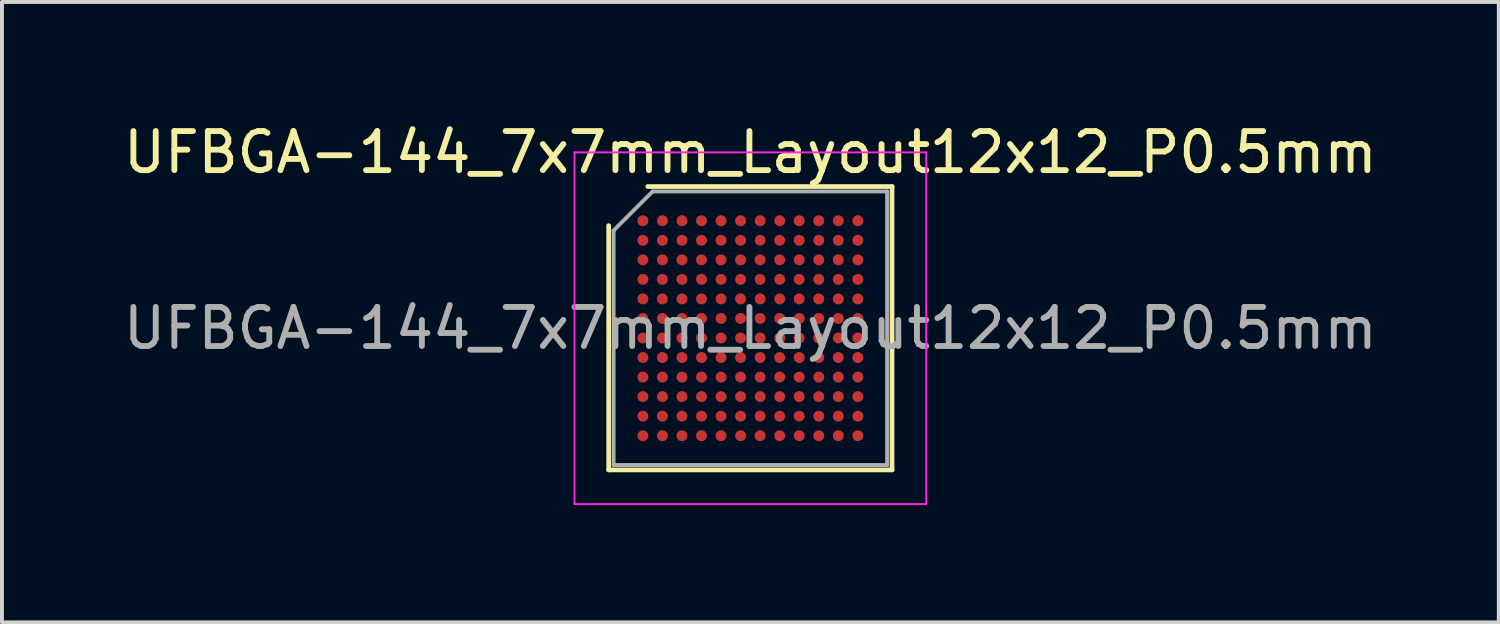
<source format=kicad_pcb>
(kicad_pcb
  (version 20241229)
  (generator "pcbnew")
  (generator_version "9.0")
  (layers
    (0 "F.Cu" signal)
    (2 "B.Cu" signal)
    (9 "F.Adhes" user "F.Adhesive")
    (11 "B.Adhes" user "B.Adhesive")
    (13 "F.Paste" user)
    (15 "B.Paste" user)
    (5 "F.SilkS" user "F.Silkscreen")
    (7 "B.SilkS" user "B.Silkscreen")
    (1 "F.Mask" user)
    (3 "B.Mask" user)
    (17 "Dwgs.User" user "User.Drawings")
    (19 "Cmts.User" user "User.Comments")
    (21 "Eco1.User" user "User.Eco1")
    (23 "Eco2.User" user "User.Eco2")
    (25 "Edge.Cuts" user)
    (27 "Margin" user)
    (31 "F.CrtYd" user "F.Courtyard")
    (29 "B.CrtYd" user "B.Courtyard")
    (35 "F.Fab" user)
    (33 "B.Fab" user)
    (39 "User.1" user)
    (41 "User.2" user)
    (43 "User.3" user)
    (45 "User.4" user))
  (footprint "UFBGA-144_7x7mm_Layout12x12_P0.5mm"
    (layer "F.Cu")
    (at 16.149 5.348)
    (property "Reference" "UFBGA-144_7x7mm_Layout12x12_P0.5mm" (at 0 -4.5 0) (layer "F.SilkS") (effects (font (size 1 1) (thickness 0.15))))
    (attr smd)
    (fp_line (start -3.625 3.625) (end -3.625 -2.625) (stroke (width 0.12) (type solid)) (layer "F.SilkS"))
    (fp_line (start -2.625 -3.625) (end 3.625 -3.625) (stroke (width 0.12) (type solid)) (layer "F.SilkS"))
    (fp_line (start 3.625 -3.625) (end 3.625 3.625) (stroke (width 0.12) (type solid)) (layer "F.SilkS"))
    (fp_line (start 3.625 3.625) (end -3.625 3.625) (stroke (width 0.12) (type solid)) (layer "F.SilkS"))
    (fp_line (start -4.5 -4.5) (end -4.5 4.5) (stroke (width 0.05) (type solid)) (layer "F.CrtYd"))
    (fp_line (start -4.5 4.5) (end 4.5 4.5) (stroke (width 0.05) (type solid)) (layer "F.CrtYd"))
    (fp_line (start 4.5 -4.5) (end -4.5 -4.5) (stroke (width 0.05) (type solid)) (layer "F.CrtYd"))
    (fp_line (start 4.5 4.5) (end 4.5 -4.5) (stroke (width 0.05) (type solid)) (layer "F.CrtYd"))
    (fp_line (start -3.5 -2.5) (end -2.5 -3.5) (stroke (width 0.1) (type solid)) (layer "F.Fab"))
    (fp_line (start -3.5 3.5) (end -3.5 -2.5) (stroke (width 0.1) (type solid)) (layer "F.Fab"))
    (fp_line (start -2.5 -3.5) (end 3.5 -3.5) (stroke (width 0.1) (type solid)) (layer "F.Fab"))
    (fp_line (start 3.5 -3.5) (end 3.5 3.5) (stroke (width 0.1) (type solid)) (layer "F.Fab"))
    (fp_line (start 3.5 3.5) (end -3.5 3.5) (stroke (width 0.1) (type solid)) (layer "F.Fab"))
    (fp_text user "${REFERENCE}" (at 0 0 0) (layer "F.Fab") (effects (font (size 1 1) (thickness 0.15))))
    (pad "A1" smd circle (at -2.75 -2.75) (size 0.28 0.28) (layers "F.Cu" "F.Mask" "F.Paste"))
    (pad "A2" smd circle (at -2.25 -2.75) (size 0.28 0.28) (layers "F.Cu" "F.Mask" "F.Paste"))
    (pad "A3" smd circle (at -1.75 -2.75) (size 0.28 0.28) (layers "F.Cu" "F.Mask" "F.Paste"))
    (pad "A4" smd circle (at -1.25 -2.75) (size 0.28 0.28) (layers "F.Cu" "F.Mask" "F.Paste"))
    (pad "A5" smd circle (at -0.75 -2.75) (size 0.28 0.28) (layers "F.Cu" "F.Mask" "F.Paste"))
    (pad "A6" smd circle (at -0.25 -2.75) (size 0.28 0.28) (layers "F.Cu" "F.Mask" "F.Paste"))
    (pad "A7" smd circle (at 0.25 -2.75) (size 0.28 0.28) (layers "F.Cu" "F.Mask" "F.Paste"))
    (pad "A8" smd circle (at 0.75 -2.75) (size 0.28 0.28) (layers "F.Cu" "F.Mask" "F.Paste"))
    (pad "A9" smd circle (at 1.25 -2.75) (size 0.28 0.28) (layers "F.Cu" "F.Mask" "F.Paste"))
    (pad "A10" smd circle (at 1.75 -2.75) (size 0.28 0.28) (layers "F.Cu" "F.Mask" "F.Paste"))
    (pad "A11" smd circle (at 2.25 -2.75) (size 0.28 0.28) (layers "F.Cu" "F.Mask" "F.Paste"))
    (pad "A12" smd circle (at 2.75 -2.75) (size 0.28 0.28) (layers "F.Cu" "F.Mask" "F.Paste"))
    (pad "B1" smd circle (at -2.75 -2.25) (size 0.28 0.28) (layers "F.Cu" "F.Mask" "F.Paste"))
    (pad "B2" smd circle (at -2.25 -2.25) (size 0.28 0.28) (layers "F.Cu" "F.Mask" "F.Paste"))
    (pad "B3" smd circle (at -1.75 -2.25) (size 0.28 0.28) (layers "F.Cu" "F.Mask" "F.Paste"))
    (pad "B4" smd circle (at -1.25 -2.25) (size 0.28 0.28) (layers "F.Cu" "F.Mask" "F.Paste"))
    (pad "B5" smd circle (at -0.75 -2.25) (size 0.28 0.28) (layers "F.Cu" "F.Mask" "F.Paste"))
    (pad "B6" smd circle (at -0.25 -2.25) (size 0.28 0.28) (layers "F.Cu" "F.Mask" "F.Paste"))
    (pad "B7" smd circle (at 0.25 -2.25) (size 0.28 0.28) (layers "F.Cu" "F.Mask" "F.Paste"))
    (pad "B8" smd circle (at 0.75 -2.25) (size 0.28 0.28) (layers "F.Cu" "F.Mask" "F.Paste"))
    (pad "B9" smd circle (at 1.25 -2.25) (size 0.28 0.28) (layers "F.Cu" "F.Mask" "F.Paste"))
    (pad "B10" smd circle (at 1.75 -2.25) (size 0.28 0.28) (layers "F.Cu" "F.Mask" "F.Paste"))
    (pad "B11" smd circle (at 2.25 -2.25) (size 0.28 0.28) (layers "F.Cu" "F.Mask" "F.Paste"))
    (pad "B12" smd circle (at 2.75 -2.25) (size 0.28 0.28) (layers "F.Cu" "F.Mask" "F.Paste"))
    (pad "C1" smd circle (at -2.75 -1.75) (size 0.28 0.28) (layers "F.Cu" "F.Mask" "F.Paste"))
    (pad "C2" smd circle (at -2.25 -1.75) (size 0.28 0.28) (layers "F.Cu" "F.Mask" "F.Paste"))
    (pad "C3" smd circle (at -1.75 -1.75) (size 0.28 0.28) (layers "F.Cu" "F.Mask" "F.Paste"))
    (pad "C4" smd circle (at -1.25 -1.75) (size 0.28 0.28) (layers "F.Cu" "F.Mask" "F.Paste"))
    (pad "C5" smd circle (at -0.75 -1.75) (size 0.28 0.28) (layers "F.Cu" "F.Mask" "F.Paste"))
    (pad "C6" smd circle (at -0.25 -1.75) (size 0.28 0.28) (layers "F.Cu" "F.Mask" "F.Paste"))
    (pad "C7" smd circle (at 0.25 -1.75) (size 0.28 0.28) (layers "F.Cu" "F.Mask" "F.Paste"))
    (pad "C8" smd circle (at 0.75 -1.75) (size 0.28 0.28) (layers "F.Cu" "F.Mask" "F.Paste"))
    (pad "C9" smd circle (at 1.25 -1.75) (size 0.28 0.28) (layers "F.Cu" "F.Mask" "F.Paste"))
    (pad "C10" smd circle (at 1.75 -1.75) (size 0.28 0.28) (layers "F.Cu" "F.Mask" "F.Paste"))
    (pad "C11" smd circle (at 2.25 -1.75) (size 0.28 0.28) (layers "F.Cu" "F.Mask" "F.Paste"))
    (pad "C12" smd circle (at 2.75 -1.75) (size 0.28 0.28) (layers "F.Cu" "F.Mask" "F.Paste"))
    (pad "D1" smd circle (at -2.75 -1.25) (size 0.28 0.28) (layers "F.Cu" "F.Mask" "F.Paste"))
    (pad "D2" smd circle (at -2.25 -1.25) (size 0.28 0.28) (layers "F.Cu" "F.Mask" "F.Paste"))
    (pad "D3" smd circle (at -1.75 -1.25) (size 0.28 0.28) (layers "F.Cu" "F.Mask" "F.Paste"))
    (pad "D4" smd circle (at -1.25 -1.25) (size 0.28 0.28) (layers "F.Cu" "F.Mask" "F.Paste"))
    (pad "D5" smd circle (at -0.75 -1.25) (size 0.28 0.28) (layers "F.Cu" "F.Mask" "F.Paste"))
    (pad "D6" smd circle (at -0.25 -1.25) (size 0.28 0.28) (layers "F.Cu" "F.Mask" "F.Paste"))
    (pad "D7" smd circle (at 0.25 -1.25) (size 0.28 0.28) (layers "F.Cu" "F.Mask" "F.Paste"))
    (pad "D8" smd circle (at 0.75 -1.25) (size 0.28 0.28) (layers "F.Cu" "F.Mask" "F.Paste"))
    (pad "D9" smd circle (at 1.25 -1.25) (size 0.28 0.28) (layers "F.Cu" "F.Mask" "F.Paste"))
    (pad "D10" smd circle (at 1.75 -1.25) (size 0.28 0.28) (layers "F.Cu" "F.Mask" "F.Paste"))
    (pad "D11" smd circle (at 2.25 -1.25) (size 0.28 0.28) (layers "F.Cu" "F.Mask" "F.Paste"))
    (pad "D12" smd circle (at 2.75 -1.25) (size 0.28 0.28) (layers "F.Cu" "F.Mask" "F.Paste"))
    (pad "E1" smd circle (at -2.75 -0.75) (size 0.28 0.28) (layers "F.Cu" "F.Mask" "F.Paste"))
    (pad "E2" smd circle (at -2.25 -0.75) (size 0.28 0.28) (layers "F.Cu" "F.Mask" "F.Paste"))
    (pad "E3" smd circle (at -1.75 -0.75) (size 0.28 0.28) (layers "F.Cu" "F.Mask" "F.Paste"))
    (pad "E4" smd circle (at -1.25 -0.75) (size 0.28 0.28) (layers "F.Cu" "F.Mask" "F.Paste"))
    (pad "E5" smd circle (at -0.75 -0.75) (size 0.28 0.28) (layers "F.Cu" "F.Mask" "F.Paste"))
    (pad "E6" smd circle (at -0.25 -0.75) (size 0.28 0.28) (layers "F.Cu" "F.Mask" "F.Paste"))
    (pad "E7" smd circle (at 0.25 -0.75) (size 0.28 0.28) (layers "F.Cu" "F.Mask" "F.Paste"))
    (pad "E8" smd circle (at 0.75 -0.75) (size 0.28 0.28) (layers "F.Cu" "F.Mask" "F.Paste"))
    (pad "E9" smd circle (at 1.25 -0.75) (size 0.28 0.28) (layers "F.Cu" "F.Mask" "F.Paste"))
    (pad "E10" smd circle (at 1.75 -0.75) (size 0.28 0.28) (layers "F.Cu" "F.Mask" "F.Paste"))
    (pad "E11" smd circle (at 2.25 -0.75) (size 0.28 0.28) (layers "F.Cu" "F.Mask" "F.Paste"))
    (pad "E12" smd circle (at 2.75 -0.75) (size 0.28 0.28) (layers "F.Cu" "F.Mask" "F.Paste"))
    (pad "F1" smd circle (at -2.75 -0.25) (size 0.28 0.28) (layers "F.Cu" "F.Mask" "F.Paste"))
    (pad "F2" smd circle (at -2.25 -0.25) (size 0.28 0.28) (layers "F.Cu" "F.Mask" "F.Paste"))
    (pad "F3" smd circle (at -1.75 -0.25) (size 0.28 0.28) (layers "F.Cu" "F.Mask" "F.Paste"))
    (pad "F4" smd circle (at -1.25 -0.25) (size 0.28 0.28) (layers "F.Cu" "F.Mask" "F.Paste"))
    (pad "F5" smd circle (at -0.75 -0.25) (size 0.28 0.28) (layers "F.Cu" "F.Mask" "F.Paste"))
    (pad "F6" smd circle (at -0.25 -0.25) (size 0.28 0.28) (layers "F.Cu" "F.Mask" "F.Paste"))
    (pad "F7" smd circle (at 0.25 -0.25) (size 0.28 0.28) (layers "F.Cu" "F.Mask" "F.Paste"))
    (pad "F8" smd circle (at 0.75 -0.25) (size 0.28 0.28) (layers "F.Cu" "F.Mask" "F.Paste"))
    (pad "F9" smd circle (at 1.25 -0.25) (size 0.28 0.28) (layers "F.Cu" "F.Mask" "F.Paste"))
    (pad "F10" smd circle (at 1.75 -0.25) (size 0.28 0.28) (layers "F.Cu" "F.Mask" "F.Paste"))
    (pad "F11" smd circle (at 2.25 -0.25) (size 0.28 0.28) (layers "F.Cu" "F.Mask" "F.Paste"))
    (pad "F12" smd circle (at 2.75 -0.25) (size 0.28 0.28) (layers "F.Cu" "F.Mask" "F.Paste"))
    (pad "G1" smd circle (at -2.75 0.25) (size 0.28 0.28) (layers "F.Cu" "F.Mask" "F.Paste"))
    (pad "G2" smd circle (at -2.25 0.25) (size 0.28 0.28) (layers "F.Cu" "F.Mask" "F.Paste"))
    (pad "G3" smd circle (at -1.75 0.25) (size 0.28 0.28) (layers "F.Cu" "F.Mask" "F.Paste"))
    (pad "G4" smd circle (at -1.25 0.25) (size 0.28 0.28) (layers "F.Cu" "F.Mask" "F.Paste"))
    (pad "G5" smd circle (at -0.75 0.25) (size 0.28 0.28) (layers "F.Cu" "F.Mask" "F.Paste"))
    (pad "G6" smd circle (at -0.25 0.25) (size 0.28 0.28) (layers "F.Cu" "F.Mask" "F.Paste"))
    (pad "G7" smd circle (at 0.25 0.25) (size 0.28 0.28) (layers "F.Cu" "F.Mask" "F.Paste"))
    (pad "G8" smd circle (at 0.75 0.25) (size 0.28 0.28) (layers "F.Cu" "F.Mask" "F.Paste"))
    (pad "G9" smd circle (at 1.25 0.25) (size 0.28 0.28) (layers "F.Cu" "F.Mask" "F.Paste"))
    (pad "G10" smd circle (at 1.75 0.25) (size 0.28 0.28) (layers "F.Cu" "F.Mask" "F.Paste"))
    (pad "G11" smd circle (at 2.25 0.25) (size 0.28 0.28) (layers "F.Cu" "F.Mask" "F.Paste"))
    (pad "G12" smd circle (at 2.75 0.25) (size 0.28 0.28) (layers "F.Cu" "F.Mask" "F.Paste"))
    (pad "H1" smd circle (at -2.75 0.75) (size 0.28 0.28) (layers "F.Cu" "F.Mask" "F.Paste"))
    (pad "H2" smd circle (at -2.25 0.75) (size 0.28 0.28) (layers "F.Cu" "F.Mask" "F.Paste"))
    (pad "H3" smd circle (at -1.75 0.75) (size 0.28 0.28) (layers "F.Cu" "F.Mask" "F.Paste"))
    (pad "H4" smd circle (at -1.25 0.75) (size 0.28 0.28) (layers "F.Cu" "F.Mask" "F.Paste"))
    (pad "H5" smd circle (at -0.75 0.75) (size 0.28 0.28) (layers "F.Cu" "F.Mask" "F.Paste"))
    (pad "H6" smd circle (at -0.25 0.75) (size 0.28 0.28) (layers "F.Cu" "F.Mask" "F.Paste"))
    (pad "H7" smd circle (at 0.25 0.75) (size 0.28 0.28) (layers "F.Cu" "F.Mask" "F.Paste"))
    (pad "H8" smd circle (at 0.75 0.75) (size 0.28 0.28) (layers "F.Cu" "F.Mask" "F.Paste"))
    (pad "H9" smd circle (at 1.25 0.75) (size 0.28 0.28) (layers "F.Cu" "F.Mask" "F.Paste"))
    (pad "H10" smd circle (at 1.75 0.75) (size 0.28 0.28) (layers "F.Cu" "F.Mask" "F.Paste"))
    (pad "H11" smd circle (at 2.25 0.75) (size 0.28 0.28) (layers "F.Cu" "F.Mask" "F.Paste"))
    (pad "H12" smd circle (at 2.75 0.75) (size 0.28 0.28) (layers "F.Cu" "F.Mask" "F.Paste"))
    (pad "J1" smd circle (at -2.75 1.25) (size 0.28 0.28) (layers "F.Cu" "F.Mask" "F.Paste"))
    (pad "J2" smd circle (at -2.25 1.25) (size 0.28 0.28) (layers "F.Cu" "F.Mask" "F.Paste"))
    (pad "J3" smd circle (at -1.75 1.25) (size 0.28 0.28) (layers "F.Cu" "F.Mask" "F.Paste"))
    (pad "J4" smd circle (at -1.25 1.25) (size 0.28 0.28) (layers "F.Cu" "F.Mask" "F.Paste"))
    (pad "J5" smd circle (at -0.75 1.25) (size 0.28 0.28) (layers "F.Cu" "F.Mask" "F.Paste"))
    (pad "J6" smd circle (at -0.25 1.25) (size 0.28 0.28) (layers "F.Cu" "F.Mask" "F.Paste"))
    (pad "J7" smd circle (at 0.25 1.25) (size 0.28 0.28) (layers "F.Cu" "F.Mask" "F.Paste"))
    (pad "J8" smd circle (at 0.75 1.25) (size 0.28 0.28) (layers "F.Cu" "F.Mask" "F.Paste"))
    (pad "J9" smd circle (at 1.25 1.25) (size 0.28 0.28) (layers "F.Cu" "F.Mask" "F.Paste"))
    (pad "J10" smd circle (at 1.75 1.25) (size 0.28 0.28) (layers "F.Cu" "F.Mask" "F.Paste"))
    (pad "J11" smd circle (at 2.25 1.25) (size 0.28 0.28) (layers "F.Cu" "F.Mask" "F.Paste"))
    (pad "J12" smd circle (at 2.75 1.25) (size 0.28 0.28) (layers "F.Cu" "F.Mask" "F.Paste"))
    (pad "K1" smd circle (at -2.75 1.75) (size 0.28 0.28) (layers "F.Cu" "F.Mask" "F.Paste"))
    (pad "K2" smd circle (at -2.25 1.75) (size 0.28 0.28) (layers "F.Cu" "F.Mask" "F.Paste"))
    (pad "K3" smd circle (at -1.75 1.75) (size 0.28 0.28) (layers "F.Cu" "F.Mask" "F.Paste"))
    (pad "K4" smd circle (at -1.25 1.75) (size 0.28 0.28) (layers "F.Cu" "F.Mask" "F.Paste"))
    (pad "K5" smd circle (at -0.75 1.75) (size 0.28 0.28) (layers "F.Cu" "F.Mask" "F.Paste"))
    (pad "K6" smd circle (at -0.25 1.75) (size 0.28 0.28) (layers "F.Cu" "F.Mask" "F.Paste"))
    (pad "K7" smd circle (at 0.25 1.75) (size 0.28 0.28) (layers "F.Cu" "F.Mask" "F.Paste"))
    (pad "K8" smd circle (at 0.75 1.75) (size 0.28 0.28) (layers "F.Cu" "F.Mask" "F.Paste"))
    (pad "K9" smd circle (at 1.25 1.75) (size 0.28 0.28) (layers "F.Cu" "F.Mask" "F.Paste"))
    (pad "K10" smd circle (at 1.75 1.75) (size 0.28 0.28) (layers "F.Cu" "F.Mask" "F.Paste"))
    (pad "K11" smd circle (at 2.25 1.75) (size 0.28 0.28) (layers "F.Cu" "F.Mask" "F.Paste"))
    (pad "K12" smd circle (at 2.75 1.75) (size 0.28 0.28) (layers "F.Cu" "F.Mask" "F.Paste"))
    (pad "L1" smd circle (at -2.75 2.25) (size 0.28 0.28) (layers "F.Cu" "F.Mask" "F.Paste"))
    (pad "L2" smd circle (at -2.25 2.25) (size 0.28 0.28) (layers "F.Cu" "F.Mask" "F.Paste"))
    (pad "L3" smd circle (at -1.75 2.25) (size 0.28 0.28) (layers "F.Cu" "F.Mask" "F.Paste"))
    (pad "L4" smd circle (at -1.25 2.25) (size 0.28 0.28) (layers "F.Cu" "F.Mask" "F.Paste"))
    (pad "L5" smd circle (at -0.75 2.25) (size 0.28 0.28) (layers "F.Cu" "F.Mask" "F.Paste"))
    (pad "L6" smd circle (at -0.25 2.25) (size 0.28 0.28) (layers "F.Cu" "F.Mask" "F.Paste"))
    (pad "L7" smd circle (at 0.25 2.25) (size 0.28 0.28) (layers "F.Cu" "F.Mask" "F.Paste"))
    (pad "L8" smd circle (at 0.75 2.25) (size 0.28 0.28) (layers "F.Cu" "F.Mask" "F.Paste"))
    (pad "L9" smd circle (at 1.25 2.25) (size 0.28 0.28) (layers "F.Cu" "F.Mask" "F.Paste"))
    (pad "L10" smd circle (at 1.75 2.25) (size 0.28 0.28) (layers "F.Cu" "F.Mask" "F.Paste"))
    (pad "L11" smd circle (at 2.25 2.25) (size 0.28 0.28) (layers "F.Cu" "F.Mask" "F.Paste"))
    (pad "L12" smd circle (at 2.75 2.25) (size 0.28 0.28) (layers "F.Cu" "F.Mask" "F.Paste"))
    (pad "M1" smd circle (at -2.75 2.75) (size 0.28 0.28) (layers "F.Cu" "F.Mask" "F.Paste"))
    (pad "M2" smd circle (at -2.25 2.75) (size 0.28 0.28) (layers "F.Cu" "F.Mask" "F.Paste"))
    (pad "M3" smd circle (at -1.75 2.75) (size 0.28 0.28) (layers "F.Cu" "F.Mask" "F.Paste"))
    (pad "M4" smd circle (at -1.25 2.75) (size 0.28 0.28) (layers "F.Cu" "F.Mask" "F.Paste"))
    (pad "M5" smd circle (at -0.75 2.75) (size 0.28 0.28) (layers "F.Cu" "F.Mask" "F.Paste"))
    (pad "M6" smd circle (at -0.25 2.75) (size 0.28 0.28) (layers "F.Cu" "F.Mask" "F.Paste"))
    (pad "M7" smd circle (at 0.25 2.75) (size 0.28 0.28) (layers "F.Cu" "F.Mask" "F.Paste"))
    (pad "M8" smd circle (at 0.75 2.75) (size 0.28 0.28) (layers "F.Cu" "F.Mask" "F.Paste"))
    (pad "M9" smd circle (at 1.25 2.75) (size 0.28 0.28) (layers "F.Cu" "F.Mask" "F.Paste"))
    (pad "M10" smd circle (at 1.75 2.75) (size 0.28 0.28) (layers "F.Cu" "F.Mask" "F.Paste"))
    (pad "M11" smd circle (at 2.25 2.75) (size 0.28 0.28) (layers "F.Cu" "F.Mask" "F.Paste"))
    (pad "M12" smd circle (at 2.75 2.75) (size 0.28 0.28) (layers "F.Cu" "F.Mask" "F.Paste")))
  (gr_rect
    (start -3 -3)
    (end 35.298 12.873)
    (stroke (width 0.1) (type default))
    (fill no)
    (layer "Edge.Cuts")))
</source>
